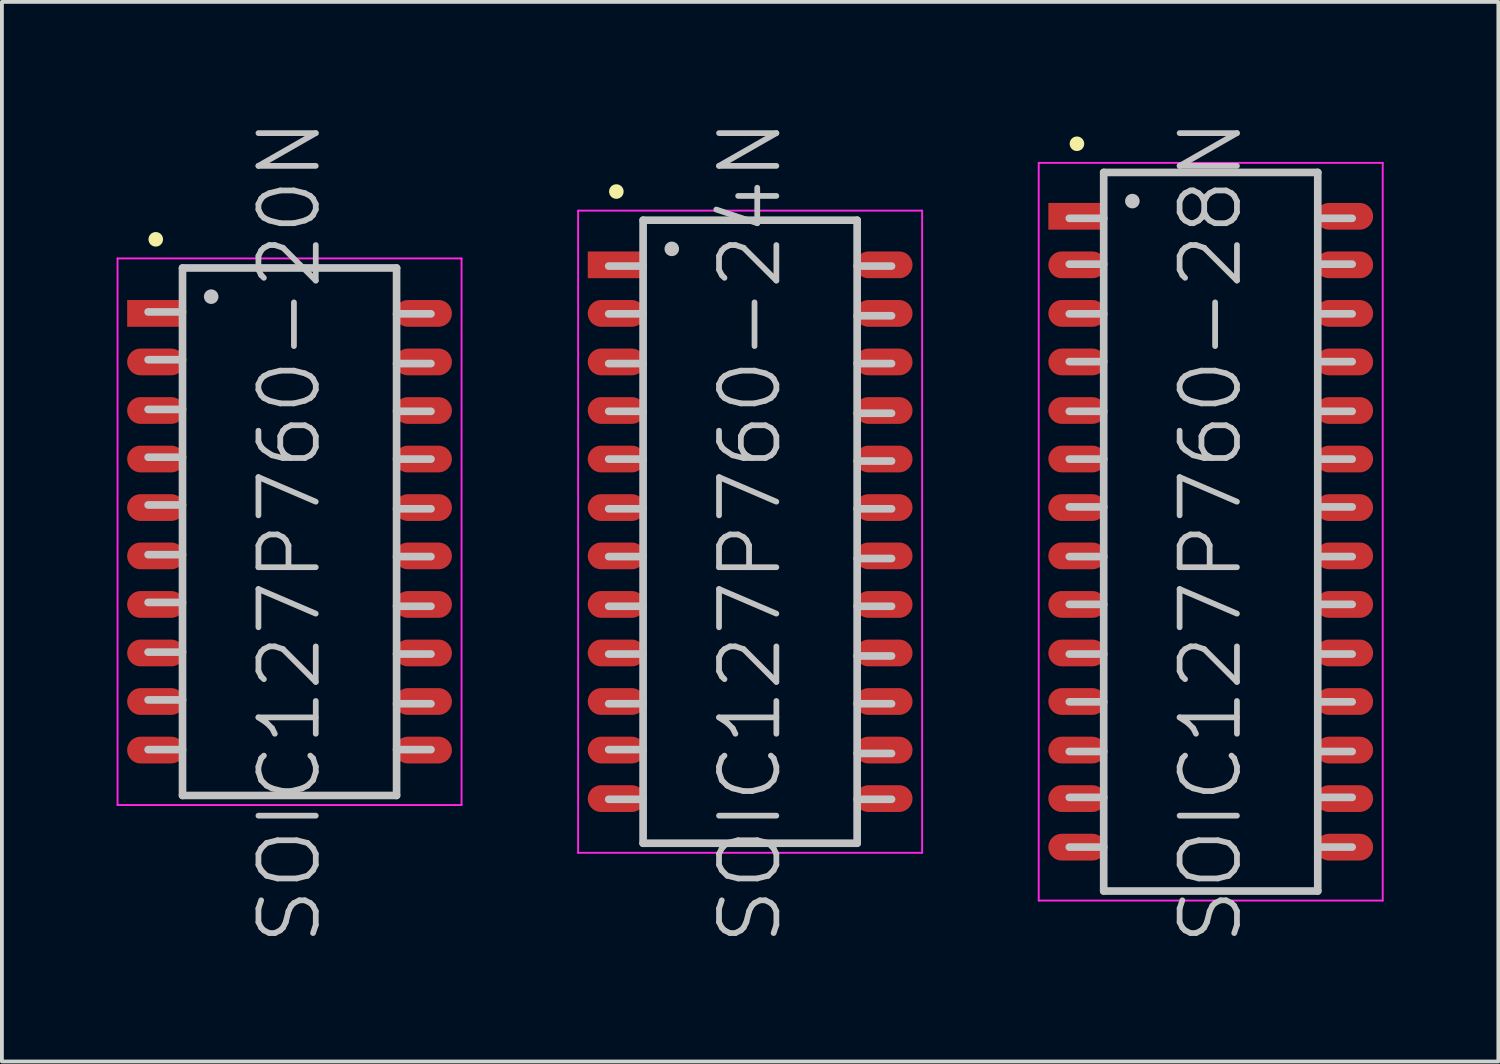
<source format=kicad_pcb>
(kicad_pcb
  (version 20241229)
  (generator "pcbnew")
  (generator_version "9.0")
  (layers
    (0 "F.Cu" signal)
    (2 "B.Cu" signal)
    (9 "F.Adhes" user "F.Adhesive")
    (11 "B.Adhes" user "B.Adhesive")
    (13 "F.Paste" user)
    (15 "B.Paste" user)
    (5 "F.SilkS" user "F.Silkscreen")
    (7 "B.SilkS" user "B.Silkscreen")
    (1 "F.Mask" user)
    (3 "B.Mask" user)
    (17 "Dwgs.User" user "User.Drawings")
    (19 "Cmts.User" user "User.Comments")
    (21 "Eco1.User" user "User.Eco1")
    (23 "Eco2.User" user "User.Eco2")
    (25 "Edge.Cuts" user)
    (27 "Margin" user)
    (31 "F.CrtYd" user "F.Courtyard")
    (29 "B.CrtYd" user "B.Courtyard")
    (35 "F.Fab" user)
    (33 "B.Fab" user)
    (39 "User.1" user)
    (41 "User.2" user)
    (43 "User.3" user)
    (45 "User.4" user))
  (footprint "SOIC127P760-24N"
    (layer "F.Cu")
    (at 16.575 10.861)
    (property "Reference" "SOIC127P760-24N" (at 0 0 90) (layer "Dwgs.User") (effects (font (size 1.5 1.5) (thickness 0.15))))
    (attr smd)
    (fp_line (start -3.5 -8.9) (end -3.5 -8.9) (stroke (width 0.381) (type solid)) (layer "F.SilkS"))
    (fp_line (start -2.8 -8.15) (end -2.8 8.15) (stroke (width 0.2) (type solid)) (layer "Dwgs.User"))
    (fp_line (start -2.8 -8.15) (end 2.8 -8.15) (stroke (width 0.2) (type solid)) (layer "Dwgs.User"))
    (fp_line (start -2.8 -6.95) (end -3.7 -6.95) (stroke (width 0.2) (type solid)) (layer "Dwgs.User"))
    (fp_line (start -2.8 -5.7) (end -3.7 -5.7) (stroke (width 0.2) (type solid)) (layer "Dwgs.User"))
    (fp_line (start -2.8 -4.4) (end -3.7 -4.4) (stroke (width 0.2) (type solid)) (layer "Dwgs.User"))
    (fp_line (start -2.8 -3.15) (end -3.7 -3.15) (stroke (width 0.2) (type solid)) (layer "Dwgs.User"))
    (fp_line (start -2.8 -1.9) (end -3.7 -1.9) (stroke (width 0.2) (type solid)) (layer "Dwgs.User"))
    (fp_line (start -2.8 -0.6) (end -3.7 -0.6) (stroke (width 0.2) (type solid)) (layer "Dwgs.User"))
    (fp_line (start -2.8 0.65) (end -3.7 0.65) (stroke (width 0.2) (type solid)) (layer "Dwgs.User"))
    (fp_line (start -2.8 1.95) (end -3.7 1.95) (stroke (width 0.2) (type solid)) (layer "Dwgs.User"))
    (fp_line (start -2.8 3.2) (end -3.7 3.2) (stroke (width 0.2) (type solid)) (layer "Dwgs.User"))
    (fp_line (start -2.8 4.5) (end -3.7 4.5) (stroke (width 0.2) (type solid)) (layer "Dwgs.User"))
    (fp_line (start -2.8 5.7) (end -3.7 5.7) (stroke (width 0.2) (type solid)) (layer "Dwgs.User"))
    (fp_line (start -2.8 7) (end -3.7 7) (stroke (width 0.2) (type solid)) (layer "Dwgs.User"))
    (fp_line (start -2.8 8.15) (end 2.8 8.15) (stroke (width 0.2) (type solid)) (layer "Dwgs.User"))
    (fp_line (start -2.05 -7.4) (end -2.05 -7.4) (stroke (width 0.381) (type solid)) (layer "Dwgs.User"))
    (fp_line (start 2.8 -8.15) (end 2.8 8.15) (stroke (width 0.2) (type solid)) (layer "Dwgs.User"))
    (fp_line (start 3.7 -6.95) (end 2.8 -6.95) (stroke (width 0.2) (type solid)) (layer "Dwgs.User"))
    (fp_line (start 3.7 -5.65) (end 2.8 -5.65) (stroke (width 0.2) (type solid)) (layer "Dwgs.User"))
    (fp_line (start 3.7 -4.4) (end 2.8 -4.4) (stroke (width 0.2) (type solid)) (layer "Dwgs.User"))
    (fp_line (start 3.7 -3.1) (end 2.8 -3.1) (stroke (width 0.2) (type solid)) (layer "Dwgs.User"))
    (fp_line (start 3.7 -1.85) (end 2.8 -1.85) (stroke (width 0.2) (type solid)) (layer "Dwgs.User"))
    (fp_line (start 3.7 -0.6) (end 2.8 -0.6) (stroke (width 0.2) (type solid)) (layer "Dwgs.User"))
    (fp_line (start 3.7 0.7) (end 2.8 0.7) (stroke (width 0.2) (type solid)) (layer "Dwgs.User"))
    (fp_line (start 3.7 1.95) (end 2.8 1.95) (stroke (width 0.2) (type solid)) (layer "Dwgs.User"))
    (fp_line (start 3.7 3.25) (end 2.8 3.25) (stroke (width 0.2) (type solid)) (layer "Dwgs.User"))
    (fp_line (start 3.7 4.5) (end 2.8 4.5) (stroke (width 0.2) (type solid)) (layer "Dwgs.User"))
    (fp_line (start 3.7 5.8) (end 2.8 5.8) (stroke (width 0.2) (type solid)) (layer "Dwgs.User"))
    (fp_line (start 3.7 7) (end 2.8 7) (stroke (width 0.2) (type solid)) (layer "Dwgs.User"))
    (fp_line (start -4.5 -8.4) (end -4.5 8.4) (stroke (width 0.05) (type solid)) (layer "F.CrtYd"))
    (fp_line (start -4.5 -8.4) (end 4.5 -8.4) (stroke (width 0.05) (type solid)) (layer "F.CrtYd"))
    (fp_line (start -4.5 8.4) (end 4.5 8.4) (stroke (width 0.05) (type solid)) (layer "F.CrtYd"))
    (fp_line (start 4.5 -8.4) (end 4.5 8.4) (stroke (width 0.05) (type solid)) (layer "F.CrtYd"))
    (pad "1" smd rect (at -3.498 -6.982 90) (size 0.7 1.5) (layers "F.Cu" "F.Mask" "F.Paste"))
    (pad "2" smd oval (at -3.498 -5.712 90) (size 0.7 1.5) (layers "F.Cu" "F.Mask" "F.Paste"))
    (pad "3" smd oval (at -3.498 -4.442 90) (size 0.7 1.5) (layers "F.Cu" "F.Mask" "F.Paste"))
    (pad "4" smd oval (at -3.498 -3.172 90) (size 0.7 1.5) (layers "F.Cu" "F.Mask" "F.Paste"))
    (pad "5" smd oval (at -3.498 -1.902 90) (size 0.7 1.5) (layers "F.Cu" "F.Mask" "F.Paste"))
    (pad "6" smd oval (at -3.498 -0.632 90) (size 0.7 1.5) (layers "F.Cu" "F.Mask" "F.Paste"))
    (pad "7" smd oval (at -3.498 0.632 90) (size 0.7 1.5) (layers "F.Cu" "F.Mask" "F.Paste"))
    (pad "8" smd oval (at -3.498 1.902 90) (size 0.7 1.5) (layers "F.Cu" "F.Mask" "F.Paste"))
    (pad "9" smd oval (at -3.498 3.172 90) (size 0.7 1.5) (layers "F.Cu" "F.Mask" "F.Paste"))
    (pad "10" smd oval (at -3.498 4.442 90) (size 0.7 1.5) (layers "F.Cu" "F.Mask" "F.Paste"))
    (pad "11" smd oval (at -3.498 5.712 90) (size 0.7 1.5) (layers "F.Cu" "F.Mask" "F.Paste"))
    (pad "12" smd oval (at -3.498 6.982 90) (size 0.7 1.5) (layers "F.Cu" "F.Mask" "F.Paste"))
    (pad "13" smd oval (at 3.498 6.982 270) (size 0.7 1.5) (layers "F.Cu" "F.Mask" "F.Paste"))
    (pad "14" smd oval (at 3.498 5.712 270) (size 0.7 1.5) (layers "F.Cu" "F.Mask" "F.Paste"))
    (pad "15" smd oval (at 3.498 4.442 270) (size 0.7 1.5) (layers "F.Cu" "F.Mask" "F.Paste"))
    (pad "16" smd oval (at 3.498 3.172 270) (size 0.7 1.5) (layers "F.Cu" "F.Mask" "F.Paste"))
    (pad "17" smd oval (at 3.498 1.902 270) (size 0.7 1.5) (layers "F.Cu" "F.Mask" "F.Paste"))
    (pad "18" smd oval (at 3.498 0.632 270) (size 0.7 1.5) (layers "F.Cu" "F.Mask" "F.Paste"))
    (pad "19" smd oval (at 3.498 -0.632 270) (size 0.7 1.5) (layers "F.Cu" "F.Mask" "F.Paste"))
    (pad "20" smd oval (at 3.498 -1.902 270) (size 0.7 1.5) (layers "F.Cu" "F.Mask" "F.Paste"))
    (pad "21" smd oval (at 3.498 -3.172 270) (size 0.7 1.5) (layers "F.Cu" "F.Mask" "F.Paste"))
    (pad "22" smd oval (at 3.498 -4.442 270) (size 0.7 1.5) (layers "F.Cu" "F.Mask" "F.Paste"))
    (pad "23" smd oval (at 3.498 -5.712 270) (size 0.7 1.5) (layers "F.Cu" "F.Mask" "F.Paste"))
    (pad "24" smd oval (at 3.498 -6.982 270) (size 0.7 1.5) (layers "F.Cu" "F.Mask" "F.Paste")))
  (footprint "SOIC127P760-20N"
    (layer "F.Cu")
    (at 4.525 10.861)
    (property "Reference" "SOIC127P760-20N" (at 0 0 90) (layer "Dwgs.User") (effects (font (size 1.5 1.5) (thickness 0.15))))
    (attr smd)
    (fp_line (start -3.5 -7.65) (end -3.5 -7.65) (stroke (width 0.381) (type solid)) (layer "F.SilkS"))
    (fp_line (start -2.8 -6.9) (end -2.8 6.9) (stroke (width 0.2) (type solid)) (layer "Dwgs.User"))
    (fp_line (start -2.8 -6.9) (end 2.8 -6.9) (stroke (width 0.2) (type solid)) (layer "Dwgs.User"))
    (fp_line (start -2.8 -5.75) (end -3.7 -5.75) (stroke (width 0.2) (type solid)) (layer "Dwgs.User"))
    (fp_line (start -2.8 -4.5) (end -3.7 -4.5) (stroke (width 0.2) (type solid)) (layer "Dwgs.User"))
    (fp_line (start -2.8 -3.2) (end -3.7 -3.2) (stroke (width 0.2) (type solid)) (layer "Dwgs.User"))
    (fp_line (start -2.8 -1.95) (end -3.7 -1.95) (stroke (width 0.2) (type solid)) (layer "Dwgs.User"))
    (fp_line (start -2.8 -0.7) (end -3.7 -0.7) (stroke (width 0.2) (type solid)) (layer "Dwgs.User"))
    (fp_line (start -2.8 0.6) (end -3.7 0.6) (stroke (width 0.2) (type solid)) (layer "Dwgs.User"))
    (fp_line (start -2.8 1.85) (end -3.7 1.85) (stroke (width 0.2) (type solid)) (layer "Dwgs.User"))
    (fp_line (start -2.8 3.15) (end -3.7 3.15) (stroke (width 0.2) (type solid)) (layer "Dwgs.User"))
    (fp_line (start -2.8 4.4) (end -3.7 4.4) (stroke (width 0.2) (type solid)) (layer "Dwgs.User"))
    (fp_line (start -2.8 5.7) (end -3.7 5.7) (stroke (width 0.2) (type solid)) (layer "Dwgs.User"))
    (fp_line (start -2.8 6.9) (end 2.8 6.9) (stroke (width 0.2) (type solid)) (layer "Dwgs.User"))
    (fp_line (start -2.05 -6.15) (end -2.05 -6.15) (stroke (width 0.381) (type solid)) (layer "Dwgs.User"))
    (fp_line (start 2.8 -6.9) (end 2.8 6.9) (stroke (width 0.2) (type solid)) (layer "Dwgs.User"))
    (fp_line (start 3.7 -5.7) (end 2.8 -5.7) (stroke (width 0.2) (type solid)) (layer "Dwgs.User"))
    (fp_line (start 3.7 -4.4) (end 2.8 -4.4) (stroke (width 0.2) (type solid)) (layer "Dwgs.User"))
    (fp_line (start 3.7 -3.15) (end 2.8 -3.15) (stroke (width 0.2) (type solid)) (layer "Dwgs.User"))
    (fp_line (start 3.7 -1.9) (end 2.8 -1.9) (stroke (width 0.2) (type solid)) (layer "Dwgs.User"))
    (fp_line (start 3.7 -0.6) (end 2.8 -0.6) (stroke (width 0.2) (type solid)) (layer "Dwgs.User"))
    (fp_line (start 3.7 0.65) (end 2.8 0.65) (stroke (width 0.2) (type solid)) (layer "Dwgs.User"))
    (fp_line (start 3.7 1.95) (end 2.8 1.95) (stroke (width 0.2) (type solid)) (layer "Dwgs.User"))
    (fp_line (start 3.7 3.2) (end 2.8 3.2) (stroke (width 0.2) (type solid)) (layer "Dwgs.User"))
    (fp_line (start 3.7 4.5) (end 2.8 4.5) (stroke (width 0.2) (type solid)) (layer "Dwgs.User"))
    (fp_line (start 3.7 5.7) (end 2.8 5.7) (stroke (width 0.2) (type solid)) (layer "Dwgs.User"))
    (fp_line (start -4.5 -7.15) (end -4.5 7.15) (stroke (width 0.05) (type solid)) (layer "F.CrtYd"))
    (fp_line (start -4.5 -7.15) (end 4.5 -7.15) (stroke (width 0.05) (type solid)) (layer "F.CrtYd"))
    (fp_line (start -4.5 7.15) (end 4.5 7.15) (stroke (width 0.05) (type solid)) (layer "F.CrtYd"))
    (fp_line (start 4.5 -7.15) (end 4.5 7.15) (stroke (width 0.05) (type solid)) (layer "F.CrtYd"))
    (pad "1" smd rect (at -3.498 -5.712 90) (size 0.7 1.5) (layers "F.Cu" "F.Mask" "F.Paste"))
    (pad "2" smd oval (at -3.498 -4.442 90) (size 0.7 1.5) (layers "F.Cu" "F.Mask" "F.Paste"))
    (pad "3" smd oval (at -3.498 -3.172 90) (size 0.7 1.5) (layers "F.Cu" "F.Mask" "F.Paste"))
    (pad "4" smd oval (at -3.498 -1.902 90) (size 0.7 1.5) (layers "F.Cu" "F.Mask" "F.Paste"))
    (pad "5" smd oval (at -3.498 -0.632 90) (size 0.7 1.5) (layers "F.Cu" "F.Mask" "F.Paste"))
    (pad "6" smd oval (at -3.498 0.632 90) (size 0.7 1.5) (layers "F.Cu" "F.Mask" "F.Paste"))
    (pad "7" smd oval (at -3.498 1.902 90) (size 0.7 1.5) (layers "F.Cu" "F.Mask" "F.Paste"))
    (pad "8" smd oval (at -3.498 3.172 90) (size 0.7 1.5) (layers "F.Cu" "F.Mask" "F.Paste"))
    (pad "9" smd oval (at -3.498 4.442 90) (size 0.7 1.5) (layers "F.Cu" "F.Mask" "F.Paste"))
    (pad "10" smd oval (at -3.498 5.712 90) (size 0.7 1.5) (layers "F.Cu" "F.Mask" "F.Paste"))
    (pad "11" smd oval (at 3.498 5.712 270) (size 0.7 1.5) (layers "F.Cu" "F.Mask" "F.Paste"))
    (pad "12" smd oval (at 3.498 4.442 270) (size 0.7 1.5) (layers "F.Cu" "F.Mask" "F.Paste"))
    (pad "13" smd oval (at 3.498 3.172 270) (size 0.7 1.5) (layers "F.Cu" "F.Mask" "F.Paste"))
    (pad "14" smd oval (at 3.498 1.902 270) (size 0.7 1.5) (layers "F.Cu" "F.Mask" "F.Paste"))
    (pad "15" smd oval (at 3.498 0.632 270) (size 0.7 1.5) (layers "F.Cu" "F.Mask" "F.Paste"))
    (pad "16" smd oval (at 3.498 -0.632 270) (size 0.7 1.5) (layers "F.Cu" "F.Mask" "F.Paste"))
    (pad "17" smd oval (at 3.498 -1.902 270) (size 0.7 1.5) (layers "F.Cu" "F.Mask" "F.Paste"))
    (pad "18" smd oval (at 3.498 -3.172 270) (size 0.7 1.5) (layers "F.Cu" "F.Mask" "F.Paste"))
    (pad "19" smd oval (at 3.498 -4.442 270) (size 0.7 1.5) (layers "F.Cu" "F.Mask" "F.Paste"))
    (pad "20" smd oval (at 3.498 -5.712 270) (size 0.7 1.5) (layers "F.Cu" "F.Mask" "F.Paste")))
  (footprint "SOIC127P760-28N"
    (layer "F.Cu")
    (at 28.625 10.861)
    (property "Reference" "SOIC127P760-28N" (at 0 0 90) (layer "Dwgs.User") (effects (font (size 1.5 1.5) (thickness 0.15))))
    (attr smd)
    (fp_line (start -3.5 -10.15) (end -3.5 -10.15) (stroke (width 0.381) (type solid)) (layer "F.SilkS"))
    (fp_line (start -2.8 -9.4) (end -2.8 9.4) (stroke (width 0.2) (type solid)) (layer "Dwgs.User"))
    (fp_line (start -2.8 -9.4) (end 2.8 -9.4) (stroke (width 0.2) (type solid)) (layer "Dwgs.User"))
    (fp_line (start -2.8 -8.2) (end -3.7 -8.2) (stroke (width 0.2) (type solid)) (layer "Dwgs.User"))
    (fp_line (start -2.8 -7) (end -3.7 -7) (stroke (width 0.2) (type solid)) (layer "Dwgs.User"))
    (fp_line (start -2.8 -5.7) (end -3.7 -5.7) (stroke (width 0.2) (type solid)) (layer "Dwgs.User"))
    (fp_line (start -2.8 -4.45) (end -3.7 -4.45) (stroke (width 0.2) (type solid)) (layer "Dwgs.User"))
    (fp_line (start -2.8 -3.15) (end -3.7 -3.15) (stroke (width 0.2) (type solid)) (layer "Dwgs.User"))
    (fp_line (start -2.8 -1.9) (end -3.7 -1.9) (stroke (width 0.2) (type solid)) (layer "Dwgs.User"))
    (fp_line (start -2.8 -0.65) (end -3.7 -0.65) (stroke (width 0.2) (type solid)) (layer "Dwgs.User"))
    (fp_line (start -2.8 0.65) (end -3.7 0.65) (stroke (width 0.2) (type solid)) (layer "Dwgs.User"))
    (fp_line (start -2.8 1.9) (end -3.7 1.9) (stroke (width 0.2) (type solid)) (layer "Dwgs.User"))
    (fp_line (start -2.8 3.2) (end -3.7 3.2) (stroke (width 0.2) (type solid)) (layer "Dwgs.User"))
    (fp_line (start -2.8 4.45) (end -3.7 4.45) (stroke (width 0.2) (type solid)) (layer "Dwgs.User"))
    (fp_line (start -2.8 5.75) (end -3.7 5.75) (stroke (width 0.2) (type solid)) (layer "Dwgs.User"))
    (fp_line (start -2.8 6.95) (end -3.7 6.95) (stroke (width 0.2) (type solid)) (layer "Dwgs.User"))
    (fp_line (start -2.8 8.25) (end -3.7 8.25) (stroke (width 0.2) (type solid)) (layer "Dwgs.User"))
    (fp_line (start -2.8 9.4) (end 2.8 9.4) (stroke (width 0.2) (type solid)) (layer "Dwgs.User"))
    (fp_line (start -2.05 -8.65) (end -2.05 -8.65) (stroke (width 0.381) (type solid)) (layer "Dwgs.User"))
    (fp_line (start 2.8 -9.4) (end 2.8 9.4) (stroke (width 0.2) (type solid)) (layer "Dwgs.User"))
    (fp_line (start 3.7 -8.2) (end 2.8 -8.2) (stroke (width 0.2) (type solid)) (layer "Dwgs.User"))
    (fp_line (start 3.7 -7) (end 2.8 -7) (stroke (width 0.2) (type solid)) (layer "Dwgs.User"))
    (fp_line (start 3.7 -5.7) (end 2.8 -5.7) (stroke (width 0.2) (type solid)) (layer "Dwgs.User"))
    (fp_line (start 3.7 -4.45) (end 2.8 -4.45) (stroke (width 0.2) (type solid)) (layer "Dwgs.User"))
    (fp_line (start 3.7 -3.15) (end 2.8 -3.15) (stroke (width 0.2) (type solid)) (layer "Dwgs.User"))
    (fp_line (start 3.7 -1.9) (end 2.8 -1.9) (stroke (width 0.2) (type solid)) (layer "Dwgs.User"))
    (fp_line (start 3.7 -0.65) (end 2.8 -0.65) (stroke (width 0.2) (type solid)) (layer "Dwgs.User"))
    (fp_line (start 3.7 0.65) (end 2.8 0.65) (stroke (width 0.2) (type solid)) (layer "Dwgs.User"))
    (fp_line (start 3.7 1.9) (end 2.8 1.9) (stroke (width 0.2) (type solid)) (layer "Dwgs.User"))
    (fp_line (start 3.7 3.2) (end 2.8 3.2) (stroke (width 0.2) (type solid)) (layer "Dwgs.User"))
    (fp_line (start 3.7 4.45) (end 2.8 4.45) (stroke (width 0.2) (type solid)) (layer "Dwgs.User"))
    (fp_line (start 3.7 5.75) (end 2.8 5.75) (stroke (width 0.2) (type solid)) (layer "Dwgs.User"))
    (fp_line (start 3.7 6.95) (end 2.8 6.95) (stroke (width 0.2) (type solid)) (layer "Dwgs.User"))
    (fp_line (start 3.7 8.25) (end 2.8 8.25) (stroke (width 0.2) (type solid)) (layer "Dwgs.User"))
    (fp_line (start -4.5 -9.65) (end -4.5 9.65) (stroke (width 0.05) (type solid)) (layer "F.CrtYd"))
    (fp_line (start -4.5 -9.65) (end 4.5 -9.65) (stroke (width 0.05) (type solid)) (layer "F.CrtYd"))
    (fp_line (start -4.5 9.65) (end 4.5 9.65) (stroke (width 0.05) (type solid)) (layer "F.CrtYd"))
    (fp_line (start 4.5 -9.65) (end 4.5 9.65) (stroke (width 0.05) (type solid)) (layer "F.CrtYd"))
    (pad "1" smd rect (at -3.498 -8.252 90) (size 0.7 1.5) (layers "F.Cu" "F.Mask" "F.Paste"))
    (pad "2" smd oval (at -3.498 -6.982 90) (size 0.7 1.5) (layers "F.Cu" "F.Mask" "F.Paste"))
    (pad "3" smd oval (at -3.498 -5.712 90) (size 0.7 1.5) (layers "F.Cu" "F.Mask" "F.Paste"))
    (pad "4" smd oval (at -3.498 -4.442 90) (size 0.7 1.5) (layers "F.Cu" "F.Mask" "F.Paste"))
    (pad "5" smd oval (at -3.498 -3.172 90) (size 0.7 1.5) (layers "F.Cu" "F.Mask" "F.Paste"))
    (pad "6" smd oval (at -3.498 -1.902 90) (size 0.7 1.5) (layers "F.Cu" "F.Mask" "F.Paste"))
    (pad "7" smd oval (at -3.498 -0.632 90) (size 0.7 1.5) (layers "F.Cu" "F.Mask" "F.Paste"))
    (pad "8" smd oval (at -3.498 0.632 90) (size 0.7 1.5) (layers "F.Cu" "F.Mask" "F.Paste"))
    (pad "9" smd oval (at -3.498 1.902 90) (size 0.7 1.5) (layers "F.Cu" "F.Mask" "F.Paste"))
    (pad "10" smd oval (at -3.498 3.172 90) (size 0.7 1.5) (layers "F.Cu" "F.Mask" "F.Paste"))
    (pad "11" smd oval (at -3.498 4.442 90) (size 0.7 1.5) (layers "F.Cu" "F.Mask" "F.Paste"))
    (pad "12" smd oval (at -3.498 5.712 90) (size 0.7 1.5) (layers "F.Cu" "F.Mask" "F.Paste"))
    (pad "13" smd oval (at -3.498 6.982 90) (size 0.7 1.5) (layers "F.Cu" "F.Mask" "F.Paste"))
    (pad "14" smd oval (at -3.498 8.252 90) (size 0.7 1.5) (layers "F.Cu" "F.Mask" "F.Paste"))
    (pad "15" smd oval (at 3.498 8.252 270) (size 0.7 1.5) (layers "F.Cu" "F.Mask" "F.Paste"))
    (pad "16" smd oval (at 3.498 6.982 270) (size 0.7 1.5) (layers "F.Cu" "F.Mask" "F.Paste"))
    (pad "17" smd oval (at 3.498 5.712 270) (size 0.7 1.5) (layers "F.Cu" "F.Mask" "F.Paste"))
    (pad "18" smd oval (at 3.498 4.442 270) (size 0.7 1.5) (layers "F.Cu" "F.Mask" "F.Paste"))
    (pad "19" smd oval (at 3.498 3.172 270) (size 0.7 1.5) (layers "F.Cu" "F.Mask" "F.Paste"))
    (pad "20" smd oval (at 3.498 1.902 270) (size 0.7 1.5) (layers "F.Cu" "F.Mask" "F.Paste"))
    (pad "21" smd oval (at 3.498 0.632 270) (size 0.7 1.5) (layers "F.Cu" "F.Mask" "F.Paste"))
    (pad "22" smd oval (at 3.498 -0.632 270) (size 0.7 1.5) (layers "F.Cu" "F.Mask" "F.Paste"))
    (pad "23" smd oval (at 3.498 -1.902 270) (size 0.7 1.5) (layers "F.Cu" "F.Mask" "F.Paste"))
    (pad "24" smd oval (at 3.498 -3.172 270) (size 0.7 1.5) (layers "F.Cu" "F.Mask" "F.Paste"))
    (pad "25" smd oval (at 3.498 -4.442 270) (size 0.7 1.5) (layers "F.Cu" "F.Mask" "F.Paste"))
    (pad "26" smd oval (at 3.498 -5.712 270) (size 0.7 1.5) (layers "F.Cu" "F.Mask" "F.Paste"))
    (pad "27" smd oval (at 3.498 -6.982 270) (size 0.7 1.5) (layers "F.Cu" "F.Mask" "F.Paste"))
    (pad "28" smd oval (at 3.498 -8.252 270) (size 0.7 1.5) (layers "F.Cu" "F.Mask" "F.Paste")))
  (gr_rect
    (start -3 -3)
    (end 36.15 24.721)
    (stroke (width 0.1) (type default))
    (fill no)
    (layer "Edge.Cuts")))
</source>
